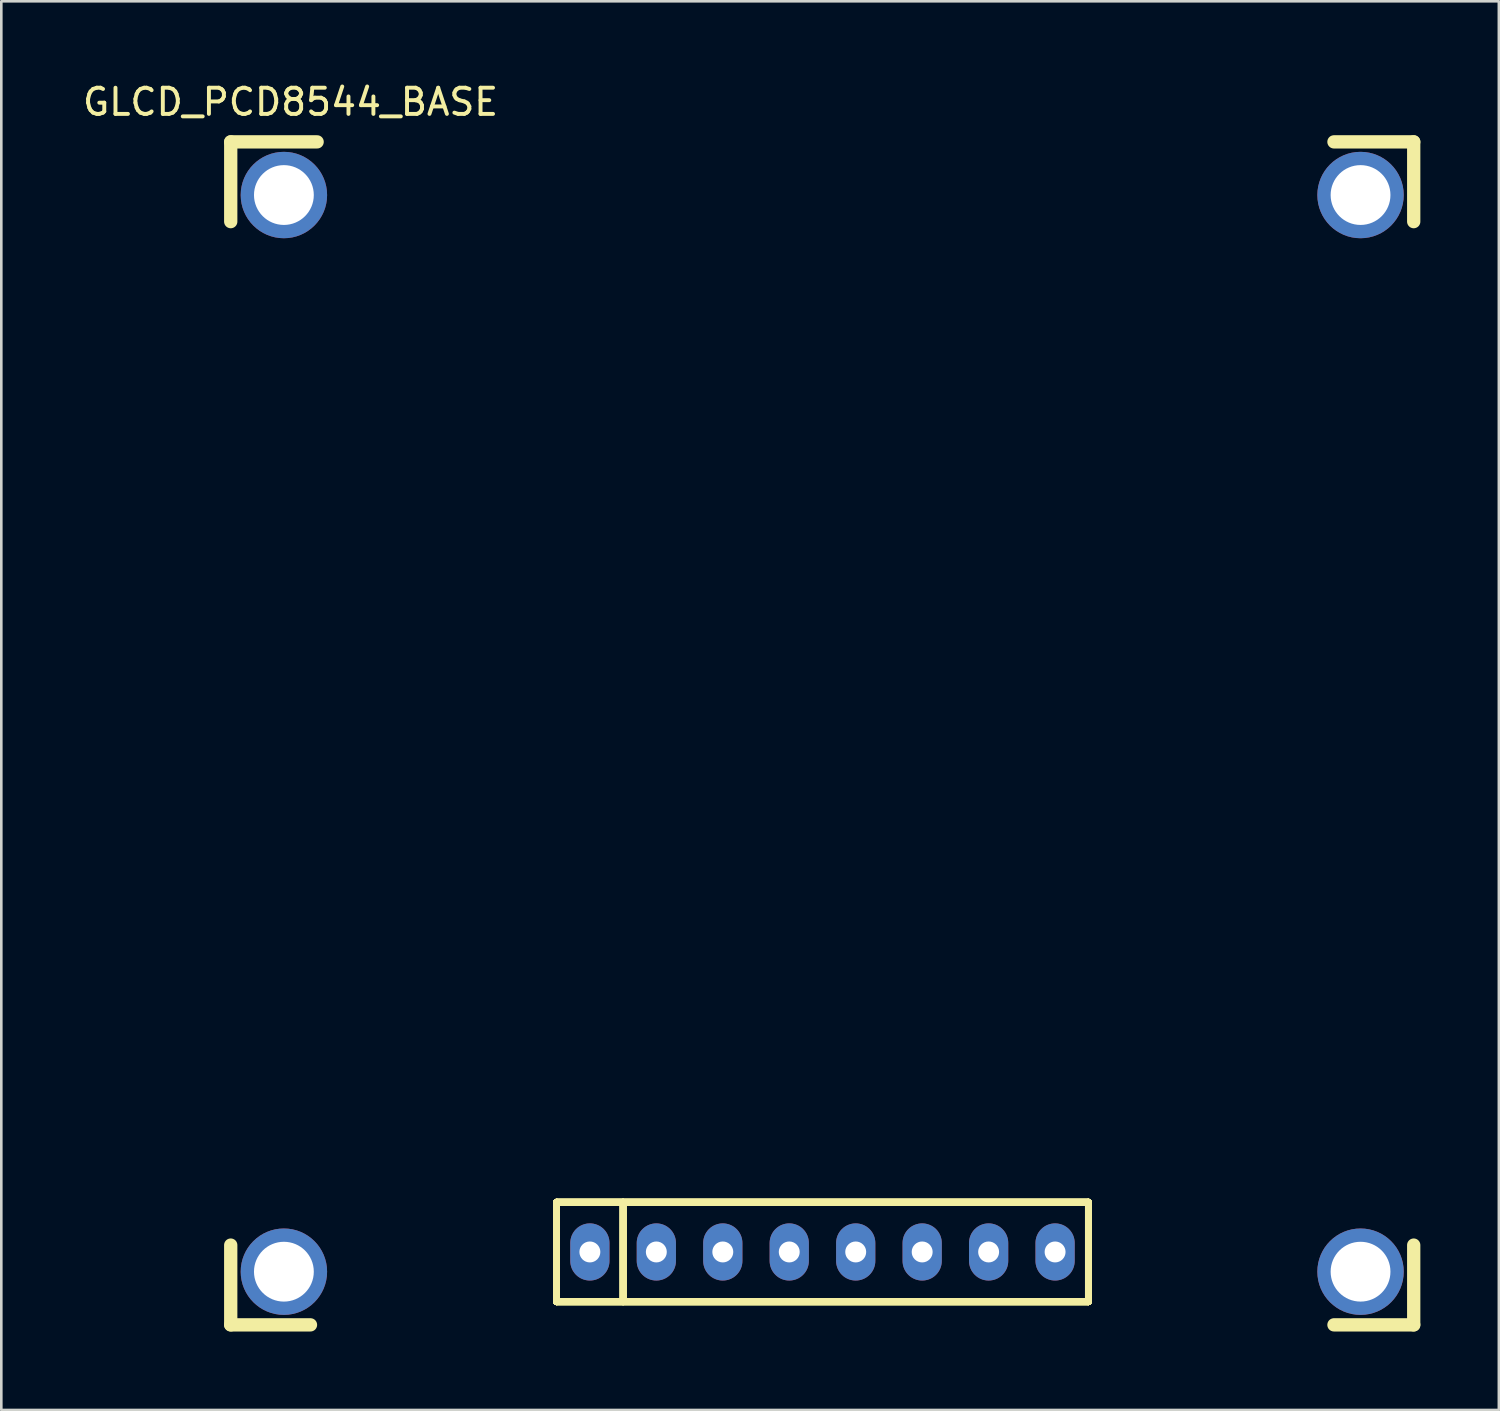
<source format=kicad_pcb>
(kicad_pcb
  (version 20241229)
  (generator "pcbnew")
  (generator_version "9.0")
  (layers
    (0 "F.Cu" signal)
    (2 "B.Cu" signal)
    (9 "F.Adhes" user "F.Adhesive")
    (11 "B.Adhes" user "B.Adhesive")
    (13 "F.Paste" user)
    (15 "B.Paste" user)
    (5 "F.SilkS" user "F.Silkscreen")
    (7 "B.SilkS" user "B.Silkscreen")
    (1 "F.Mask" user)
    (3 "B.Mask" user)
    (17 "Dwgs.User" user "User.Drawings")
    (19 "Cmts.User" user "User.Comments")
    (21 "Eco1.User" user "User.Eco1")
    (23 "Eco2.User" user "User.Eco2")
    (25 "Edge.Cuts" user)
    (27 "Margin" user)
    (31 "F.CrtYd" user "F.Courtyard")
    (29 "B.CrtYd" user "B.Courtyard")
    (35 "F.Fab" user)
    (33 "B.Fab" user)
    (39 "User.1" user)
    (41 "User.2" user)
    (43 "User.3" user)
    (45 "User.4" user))
  (footprint "GLCD_PCD8544_BASE"
    (layer "F.Cu")
    (at 28.374 24.978)
    (property "Reference" "GLCD_PCD8544_BASE" (at -20.32 -24.13 0) (layer "F.SilkS") (effects (font (size 1 1) (thickness 0.15))))
    (attr through_hole)
    (fp_line (start -22.606 -22.606) (end -22.606 -19.558) (stroke (width 0.508) (type solid)) (layer "F.SilkS"))
    (fp_line (start -22.606 -22.606) (end -19.304 -22.606) (stroke (width 0.508) (type solid)) (layer "F.SilkS"))
    (fp_line (start -22.606 22.606) (end -22.606 19.558) (stroke (width 0.508) (type solid)) (layer "F.SilkS"))
    (fp_line (start -22.606 22.606) (end -19.558 22.606) (stroke (width 0.508) (type solid)) (layer "F.SilkS"))
    (fp_line (start -10.15 17.915) (end 10.17 17.915) (stroke (width 0.254) (type solid)) (layer "F.SilkS"))
    (fp_line (start -10.15 17.915) (end 10.17 17.915) (stroke (width 0.254) (type solid)) (layer "F.SilkS"))
    (fp_line (start -10.15 17.915) (end 10.17 17.915) (stroke (width 0.254) (type solid)) (layer "F.SilkS"))
    (fp_line (start -10.15 17.915) (end 10.17 17.915) (stroke (width 0.254) (type solid)) (layer "F.SilkS"))
    (fp_line (start -10.15 17.915) (end 10.17 17.915) (stroke (width 0.254) (type solid)) (layer "F.SilkS"))
    (fp_line (start -10.15 17.915) (end 10.17 17.915) (stroke (width 0.254) (type solid)) (layer "F.SilkS"))
    (fp_line (start -10.15 17.915) (end 10.17 17.915) (stroke (width 0.254) (type solid)) (layer "F.SilkS"))
    (fp_line (start -10.15 17.915) (end 10.17 17.915) (stroke (width 0.254) (type solid)) (layer "F.SilkS"))
    (fp_line (start -10.15 21.725) (end -10.15 17.915) (stroke (width 0.254) (type solid)) (layer "F.SilkS"))
    (fp_line (start -10.15 21.725) (end -10.15 17.915) (stroke (width 0.254) (type solid)) (layer "F.SilkS"))
    (fp_line (start -10.15 21.725) (end -10.15 17.915) (stroke (width 0.254) (type solid)) (layer "F.SilkS"))
    (fp_line (start -10.15 21.725) (end -10.15 17.915) (stroke (width 0.254) (type solid)) (layer "F.SilkS"))
    (fp_line (start -10.15 21.725) (end -10.15 17.915) (stroke (width 0.254) (type solid)) (layer "F.SilkS"))
    (fp_line (start -10.15 21.725) (end -10.15 17.915) (stroke (width 0.254) (type solid)) (layer "F.SilkS"))
    (fp_line (start -10.15 21.725) (end -10.15 17.915) (stroke (width 0.254) (type solid)) (layer "F.SilkS"))
    (fp_line (start -10.15 21.725) (end -10.15 17.915) (stroke (width 0.254) (type solid)) (layer "F.SilkS"))
    (fp_line (start -7.61 17.915) (end -7.61 21.725) (stroke (width 0.254) (type solid)) (layer "F.SilkS"))
    (fp_line (start -7.61 17.915) (end -7.61 21.725) (stroke (width 0.254) (type solid)) (layer "F.SilkS"))
    (fp_line (start -7.61 17.915) (end -7.61 21.725) (stroke (width 0.254) (type solid)) (layer "F.SilkS"))
    (fp_line (start -7.61 17.915) (end -7.61 21.725) (stroke (width 0.254) (type solid)) (layer "F.SilkS"))
    (fp_line (start -7.61 17.915) (end -7.61 21.725) (stroke (width 0.254) (type solid)) (layer "F.SilkS"))
    (fp_line (start -7.61 17.915) (end -7.61 21.725) (stroke (width 0.254) (type solid)) (layer "F.SilkS"))
    (fp_line (start -7.61 17.915) (end -7.61 21.725) (stroke (width 0.254) (type solid)) (layer "F.SilkS"))
    (fp_line (start -7.61 17.915) (end -7.61 21.725) (stroke (width 0.254) (type solid)) (layer "F.SilkS"))
    (fp_line (start 10.17 17.915) (end 10.17 21.725) (stroke (width 0.254) (type solid)) (layer "F.SilkS"))
    (fp_line (start 10.17 17.915) (end 10.17 21.725) (stroke (width 0.254) (type solid)) (layer "F.SilkS"))
    (fp_line (start 10.17 17.915) (end 10.17 21.725) (stroke (width 0.254) (type solid)) (layer "F.SilkS"))
    (fp_line (start 10.17 17.915) (end 10.17 21.725) (stroke (width 0.254) (type solid)) (layer "F.SilkS"))
    (fp_line (start 10.17 17.915) (end 10.17 21.725) (stroke (width 0.254) (type solid)) (layer "F.SilkS"))
    (fp_line (start 10.17 17.915) (end 10.17 21.725) (stroke (width 0.254) (type solid)) (layer "F.SilkS"))
    (fp_line (start 10.17 17.915) (end 10.17 21.725) (stroke (width 0.254) (type solid)) (layer "F.SilkS"))
    (fp_line (start 10.17 17.915) (end 10.17 21.725) (stroke (width 0.254) (type solid)) (layer "F.SilkS"))
    (fp_line (start 10.17 21.725) (end -10.15 21.725) (stroke (width 0.254) (type solid)) (layer "F.SilkS"))
    (fp_line (start 10.17 21.725) (end -10.15 21.725) (stroke (width 0.254) (type solid)) (layer "F.SilkS"))
    (fp_line (start 10.17 21.725) (end -10.15 21.725) (stroke (width 0.254) (type solid)) (layer "F.SilkS"))
    (fp_line (start 10.17 21.725) (end -10.15 21.725) (stroke (width 0.254) (type solid)) (layer "F.SilkS"))
    (fp_line (start 10.17 21.725) (end -10.15 21.725) (stroke (width 0.254) (type solid)) (layer "F.SilkS"))
    (fp_line (start 10.17 21.725) (end -10.15 21.725) (stroke (width 0.254) (type solid)) (layer "F.SilkS"))
    (fp_line (start 10.17 21.725) (end -10.15 21.725) (stroke (width 0.254) (type solid)) (layer "F.SilkS"))
    (fp_line (start 10.17 21.725) (end -10.15 21.725) (stroke (width 0.254) (type solid)) (layer "F.SilkS"))
    (fp_line (start 22.606 -22.606) (end 19.558 -22.606) (stroke (width 0.508) (type solid)) (layer "F.SilkS"))
    (fp_line (start 22.606 -22.606) (end 22.606 -19.558) (stroke (width 0.508) (type solid)) (layer "F.SilkS"))
    (fp_line (start 22.606 22.606) (end 19.558 22.606) (stroke (width 0.508) (type solid)) (layer "F.SilkS"))
    (fp_line (start 22.606 22.606) (end 22.606 19.558) (stroke (width 0.508) (type solid)) (layer "F.SilkS"))
    (pad "" thru_hole circle (at -20.574 -20.574) (size 3.302 3.302) (drill 2.286) (layers "*.Cu" "*.Mask"))
    (pad "" thru_hole circle (at -20.574 20.574) (size 3.302 3.302) (drill 2.286) (layers "*.Cu" "*.Mask"))
    (pad "" thru_hole circle (at 20.574 -20.574) (size 3.302 3.302) (drill 2.286) (layers "*.Cu" "*.Mask"))
    (pad "" thru_hole circle (at 20.574 20.574) (size 3.302 3.302) (drill 2.286) (layers "*.Cu" "*.Mask"))
    (pad "1" thru_hole oval (at -8.88 19.82) (size 1.499 2.184) (drill 0.8) (layers "*.Cu" "*.Mask"))
    (pad "2" thru_hole oval (at -6.34 19.82) (size 1.499 2.184) (drill 0.8) (layers "*.Cu" "*.Mask"))
    (pad "3" thru_hole oval (at -3.8 19.82) (size 1.499 2.184) (drill 0.8) (layers "*.Cu" "*.Mask"))
    (pad "4" thru_hole oval (at -1.26 19.82) (size 1.499 2.184) (drill 0.8) (layers "*.Cu" "*.Mask"))
    (pad "5" thru_hole oval (at 1.28 19.82) (size 1.499 2.184) (drill 0.8) (layers "*.Cu" "*.Mask"))
    (pad "6" thru_hole oval (at 3.82 19.82) (size 1.499 2.184) (drill 0.8) (layers "*.Cu" "*.Mask"))
    (pad "7" thru_hole oval (at 6.36 19.82) (size 1.499 2.184) (drill 0.8) (layers "*.Cu" "*.Mask"))
    (pad "8" thru_hole oval (at 8.9 19.82) (size 1.499 2.184) (drill 0.8) (layers "*.Cu" "*.Mask")))
  (gr_rect
    (start -3 -3)
    (end 54.234 50.838)
    (stroke (width 0.1) (type default))
    (fill no)
    (layer "Edge.Cuts")))
</source>
